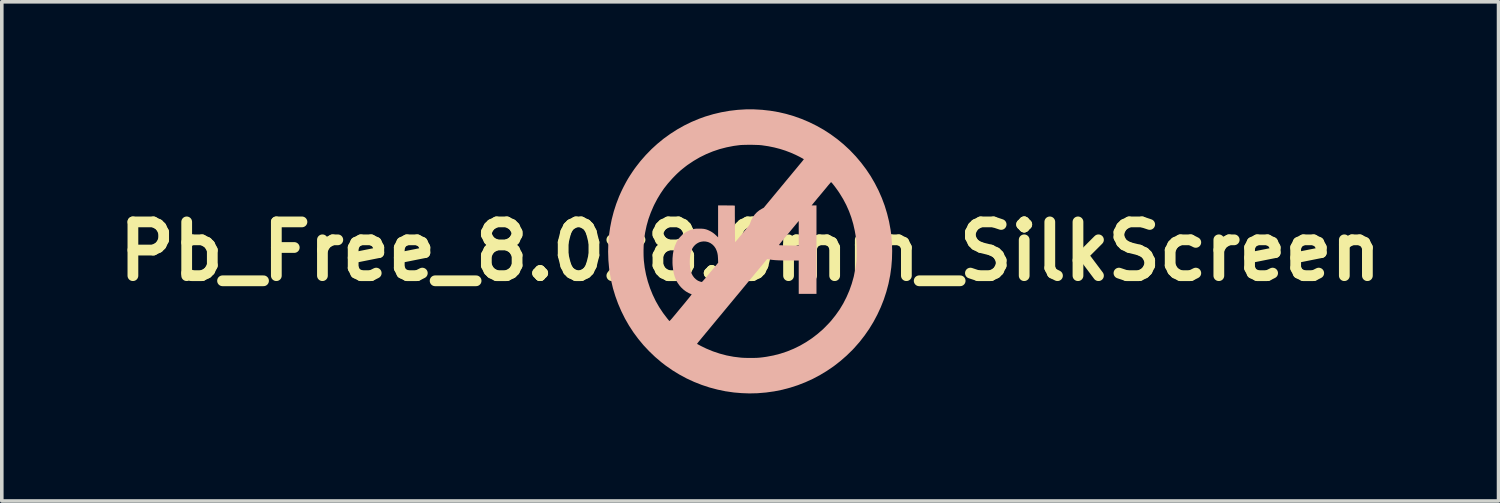
<source format=kicad_pcb>
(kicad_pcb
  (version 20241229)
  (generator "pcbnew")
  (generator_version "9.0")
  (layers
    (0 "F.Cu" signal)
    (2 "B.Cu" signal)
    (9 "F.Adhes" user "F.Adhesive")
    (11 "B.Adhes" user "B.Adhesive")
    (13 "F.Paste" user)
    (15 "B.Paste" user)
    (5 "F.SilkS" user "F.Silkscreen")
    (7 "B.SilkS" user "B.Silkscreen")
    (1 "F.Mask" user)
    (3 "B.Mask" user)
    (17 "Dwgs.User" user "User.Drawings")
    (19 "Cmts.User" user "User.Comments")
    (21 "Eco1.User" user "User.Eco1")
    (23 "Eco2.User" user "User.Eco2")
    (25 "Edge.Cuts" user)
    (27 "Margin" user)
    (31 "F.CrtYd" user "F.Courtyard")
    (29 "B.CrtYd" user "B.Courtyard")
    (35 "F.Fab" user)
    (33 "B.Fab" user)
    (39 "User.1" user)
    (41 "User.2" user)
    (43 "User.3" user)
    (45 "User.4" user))
  (footprint "Pb_Free_8.0x8.0mm_SilkScreen"
    (layer "F.Cu")
    (at 17.138 3.96)
    (property "Reference" "Pb_Free_8.0x8.0mm_SilkScreen" (at 0.733 0 0) (layer "F.SilkS") (effects (font (size 1.5 1.5) (thickness 0.3))))
    (attr board_only exclude_from_pos_files exclude_from_bom)
    (fp_poly (pts (xy 0.612 -3.96) (xy 0.382 -3.946) (xy 0.154 -3.919) (xy -0.072 -3.879) (xy -0.296 -3.826) (xy -0.518 -3.76) (xy -0.693 -3.697) (xy -0.901 -3.61) (xy -1.104 -3.511) (xy -1.301 -3.4) (xy -1.493 -3.277) (xy -1.678 -3.144) (xy -1.855 -2.999) (xy -2.014 -2.854) (xy -2.176 -2.688) (xy -2.327 -2.516) (xy -2.437 -2.375) (xy -2.468 -2.334) (xy -2.495 -2.297) (xy -2.52 -2.261) (xy -2.545 -2.225) (xy -2.572 -2.184) (xy -2.603 -2.137) (xy -2.638 -2.083) (xy -2.672 -2.028) (xy -2.71 -1.962) (xy -2.75 -1.889) (xy -2.791 -1.811) (xy -2.831 -1.731) (xy -2.869 -1.651) (xy -2.903 -1.575) (xy -2.921 -1.535) (xy -3.002 -1.324) (xy -3.071 -1.109) (xy -3.128 -0.89) (xy -3.172 -0.667) (xy -3.204 -0.442) (xy -3.223 -0.215) (xy -3.228 0.012) (xy -3.221 0.24) (xy -3.201 0.467) (xy -3.186 0.579) (xy -3.146 0.806) (xy -3.093 1.03) (xy -3.027 1.248) (xy -2.949 1.462) (xy -2.859 1.671) (xy -2.758 1.874) (xy -2.645 2.071) (xy -2.521 2.261) (xy -2.386 2.443) (xy -2.24 2.619) (xy -2.084 2.785) (xy -1.918 2.944) (xy -1.743 3.093) (xy -1.625 3.184) (xy -1.436 3.316) (xy -1.24 3.436) (xy -1.038 3.545) (xy -0.83 3.641) (xy -0.617 3.725) (xy -0.399 3.797) (xy -0.176 3.856) (xy 0.049 3.903) (xy 0.066 3.905) (xy 0.279 3.936) (xy 0.496 3.954) (xy 0.713 3.962) (xy 0.928 3.957) (xy 0.945 3.956) (xy 1.175 3.937) (xy 1.403 3.905) (xy 1.628 3.86) (xy 1.849 3.802) (xy 2.065 3.732) (xy 2.277 3.649) (xy 2.483 3.555) (xy 2.684 3.448) (xy 2.879 3.33) (xy 3.068 3.201) (xy 3.249 3.06) (xy 3.422 2.909) (xy 3.588 2.747) (xy 3.632 2.7) (xy 3.784 2.528) (xy 3.924 2.348) (xy 4.054 2.161) (xy 4.173 1.966) (xy 4.28 1.765) (xy 4.376 1.558) (xy 4.46 1.346) (xy 4.531 1.129) (xy 4.59 0.908) (xy 4.635 0.684) (xy 4.639 0.665) (xy 4.67 0.441) (xy 4.688 0.215) (xy 4.693 0.02) (xy 3.704 0.02) (xy 3.704 0.088) (xy 3.703 0.153) (xy 3.701 0.211) (xy 3.699 0.261) (xy 3.695 0.3) (xy 3.695 0.301) (xy 3.664 0.51) (xy 3.621 0.711) (xy 3.566 0.906) (xy 3.499 1.095) (xy 3.42 1.277) (xy 3.33 1.453) (xy 3.229 1.621) (xy 3.115 1.782) (xy 2.991 1.937) (xy 2.915 2.02) (xy 2.772 2.165) (xy 2.62 2.298) (xy 2.462 2.42) (xy 2.297 2.53) (xy 2.126 2.629) (xy 1.948 2.716) (xy 1.765 2.791) (xy 1.578 2.853) (xy 1.385 2.903) (xy 1.189 2.94) (xy 1.091 2.954) (xy 1.048 2.959) (xy 1.011 2.963) (xy 0.98 2.966) (xy 0.95 2.968) (xy 0.92 2.97) (xy 0.886 2.971) (xy 0.847 2.972) (xy 0.798 2.973) (xy 0.747 2.973) (xy 0.677 2.973) (xy 0.608 2.971) (xy 0.542 2.969) (xy 0.484 2.965) (xy 0.472 2.964) (xy 0.273 2.94) (xy 0.077 2.903) (xy -0.115 2.852) (xy -0.304 2.789) (xy -0.49 2.712) (xy -0.636 2.641) (xy -0.67 2.623) (xy -0.7 2.607) (xy -0.724 2.594) (xy -0.74 2.586) (xy -0.746 2.582) (xy -0.746 2.581) (xy -0.746 2.579) (xy -0.745 2.575) (xy -0.741 2.569) (xy -0.734 2.559) (xy -0.723 2.546) (xy -0.709 2.527) (xy -0.69 2.504) (xy -0.665 2.474) (xy -0.635 2.437) (xy -0.598 2.392) (xy -0.554 2.339) (xy -0.502 2.276) (xy -0.477 2.247) (xy -0.403 2.157) (xy -0.337 2.077) (xy -0.279 2.007) (xy -0.228 1.946) (xy -0.184 1.892) (xy -0.146 1.847) (xy -0.114 1.808) (xy -0.087 1.776) (xy -0.065 1.75) (xy -0.048 1.729) (xy -0.035 1.713) (xy -0.025 1.701) (xy -0.02 1.695) (xy -0.007 1.679) (xy 0.012 1.656) (xy 0.036 1.627) (xy 0.062 1.596) (xy 0.081 1.573) (xy 0.108 1.54) (xy 0.133 1.51) (xy 0.156 1.483) (xy 0.172 1.463) (xy 0.18 1.453) (xy 0.191 1.44) (xy 0.209 1.419) (xy 0.232 1.391) (xy 0.259 1.358) (xy 0.29 1.321) (xy 0.31 1.297) (xy 0.34 1.26) (xy 0.377 1.216) (xy 0.419 1.166) (xy 0.464 1.112) (xy 0.51 1.056) (xy 0.555 1.001) (xy 0.591 0.958) (xy 0.634 0.906) (xy 0.684 0.845) (xy 0.739 0.78) (xy 0.796 0.711) (xy 0.853 0.642) (xy 0.908 0.576) (xy 0.959 0.515) (xy 0.968 0.503) (xy 1.01 0.453) (xy 1.05 0.405) (xy 1.068 0.383) (xy -0.161 0.383) (xy -0.165 0.386) (xy -0.168 0.383) (xy -0.165 0.379) (xy -0.161 0.383) (xy 1.068 0.383) (xy 1.087 0.36) (xy 1.119 0.321) (xy 1.123 0.317) (xy -0.159 0.317) (xy -0.186 0.35) (xy -0.198 0.364) (xy -0.217 0.388) (xy -0.241 0.417) (xy -0.269 0.451) (xy -0.3 0.488) (xy -0.316 0.508) (xy -0.353 0.552) (xy -0.394 0.601) (xy -0.435 0.651) (xy -0.475 0.698) (xy -0.509 0.739) (xy -0.512 0.744) (xy -0.541 0.777) (xy -0.566 0.806) (xy -0.588 0.83) (xy -0.604 0.846) (xy -0.614 0.853) (xy -0.615 0.854) (xy -0.628 0.852) (xy -0.648 0.847) (xy -0.663 0.843) (xy -0.723 0.819) (xy -0.777 0.782) (xy -0.826 0.736) (xy -0.867 0.681) (xy -0.9 0.618) (xy -0.91 0.591) (xy -0.929 0.52) (xy -0.942 0.442) (xy -0.949 0.358) (xy -0.95 0.273) (xy -0.946 0.188) (xy -0.935 0.106) (xy -0.919 0.029) (xy -0.897 -0.039) (xy -0.882 -0.075) (xy -0.847 -0.13) (xy -0.803 -0.179) (xy -0.75 -0.22) (xy -0.692 -0.251) (xy -0.642 -0.267) (xy -0.572 -0.277) (xy -0.504 -0.274) (xy -0.439 -0.259) (xy -0.378 -0.232) (xy -0.323 -0.194) (xy -0.274 -0.146) (xy -0.234 -0.089) (xy -0.223 -0.068) (xy -0.203 -0.022) (xy -0.188 0.021) (xy -0.177 0.066) (xy -0.169 0.115) (xy -0.165 0.173) (xy -0.163 0.207) (xy -0.159 0.317) (xy 1.123 0.317) (xy 1.147 0.287) (xy 1.169 0.261) (xy 1.184 0.242) (xy 1.191 0.234) (xy 1.203 0.22) (xy 1.213 0.215) (xy 1.226 0.216) (xy 1.23 0.217) (xy 1.269 0.226) (xy 1.32 0.234) (xy 1.384 0.241) (xy 1.459 0.247) (xy 1.544 0.251) (xy 1.638 0.254) (xy 1.741 0.257) (xy 1.851 0.257) (xy 1.859 0.257) (xy 2.088 0.257) (xy 2.088 0.722) (xy 2.088 1.186) (xy 2.335 1.186) (xy 2.583 1.186) (xy 2.583 -0.047) (xy 2.583 -0.505) (xy 2.088 -0.505) (xy 2.088 -0.161) (xy 1.825 -0.164) (xy 1.767 -0.165) (xy 1.712 -0.166) (xy 1.662 -0.167) (xy 1.619 -0.169) (xy 1.585 -0.17) (xy 1.561 -0.171) (xy 1.549 -0.172) (xy 1.548 -0.173) (xy 1.544 -0.174) (xy 1.541 -0.175) (xy 1.539 -0.177) (xy 1.54 -0.181) (xy 1.544 -0.188) (xy 1.552 -0.199) (xy 1.564 -0.215) (xy 1.582 -0.237) (xy 1.605 -0.265) (xy 1.635 -0.302) (xy 1.673 -0.347) (xy 1.702 -0.383) (xy 1.736 -0.423) (xy 1.775 -0.471) (xy 1.819 -0.523) (xy 1.863 -0.577) (xy 1.907 -0.63) (xy 1.948 -0.679) (xy 1.949 -0.68) (xy 2.088 -0.848) (xy 2.088 -0.505) (xy 2.583 -0.505) (xy 2.583 -1.281) (xy 2.515 -1.281) (xy 2.447 -1.281) (xy 2.479 -1.319) (xy 2.491 -1.334) (xy 2.51 -1.358) (xy 2.536 -1.389) (xy 2.566 -1.425) (xy 2.599 -1.466) (xy 2.635 -1.509) (xy 2.657 -1.534) (xy 2.697 -1.583) (xy 2.739 -1.633) (xy 2.781 -1.684) (xy 2.821 -1.732) (xy 2.857 -1.775) (xy 2.886 -1.811) (xy 2.893 -1.819) (xy 2.92 -1.852) (xy 2.945 -1.88) (xy 2.965 -1.904) (xy 2.98 -1.921) (xy 2.988 -1.929) (xy 2.989 -1.93) (xy 2.996 -1.926) (xy 3.01 -1.912) (xy 3.03 -1.89) (xy 3.053 -1.861) (xy 3.081 -1.826) (xy 3.11 -1.787) (xy 3.14 -1.746) (xy 3.171 -1.703) (xy 3.201 -1.66) (xy 3.228 -1.619) (xy 3.327 -1.457) (xy 3.414 -1.292) (xy 3.49 -1.121) (xy 3.554 -0.946) (xy 3.608 -0.764) (xy 3.651 -0.574) (xy 3.685 -0.377) (xy 3.691 -0.329) (xy 3.695 -0.29) (xy 3.698 -0.24) (xy 3.701 -0.182) (xy 3.703 -0.117) (xy 3.704 -0.049) (xy 3.704 0.02) (xy 4.693 0.02) (xy 4.694 -0.012) (xy 4.687 -0.239) (xy 4.668 -0.463) (xy 4.649 -0.604) (xy 4.607 -0.832) (xy 4.552 -1.055) (xy 4.485 -1.275) (xy 4.405 -1.489) (xy 4.313 -1.698) (xy 4.209 -1.901) (xy 4.094 -2.099) (xy 3.967 -2.289) (xy 3.828 -2.473) (xy 3.747 -2.569) (xy 2.23 -2.569) (xy 2.226 -2.562) (xy 2.214 -2.547) (xy 2.196 -2.524) (xy 2.172 -2.494) (xy 2.143 -2.459) (xy 2.11 -2.42) (xy 2.086 -2.391) (xy 2.045 -2.341) (xy 1.997 -2.283) (xy 1.946 -2.222) (xy 1.894 -2.159) (xy 1.843 -2.097) (xy 1.796 -2.041) (xy 1.783 -2.025) (xy 1.742 -1.976) (xy 1.699 -1.924) (xy 1.657 -1.872) (xy 1.616 -1.824) (xy 1.58 -1.78) (xy 1.549 -1.742) (xy 1.534 -1.724) (xy 1.505 -1.69) (xy 1.478 -1.657) (xy 1.454 -1.628) (xy 1.435 -1.605) (xy 1.423 -1.59) (xy 1.421 -1.589) (xy 1.411 -1.577) (xy 1.394 -1.556) (xy 1.371 -1.528) (xy 1.343 -1.494) (xy 1.311 -1.455) (xy 1.276 -1.414) (xy 1.26 -1.394) (xy 1.226 -1.353) (xy 1.195 -1.316) (xy 1.168 -1.283) (xy 1.145 -1.256) (xy 1.129 -1.235) (xy 1.12 -1.224) (xy 1.118 -1.221) (xy 1.111 -1.216) (xy 1.095 -1.207) (xy 1.074 -1.195) (xy 1.069 -1.193) (xy 0.991 -1.146) (xy 0.92 -1.089) (xy 0.858 -1.023) (xy 0.805 -0.948) (xy 0.762 -0.866) (xy 0.733 -0.789) (xy 0.728 -0.772) (xy 0.722 -0.757) (xy 0.713 -0.741) (xy 0.701 -0.723) (xy 0.685 -0.701) (xy 0.662 -0.673) (xy 0.632 -0.637) (xy 0.623 -0.625) (xy 0.588 -0.583) (xy 0.547 -0.535) (xy 0.505 -0.483) (xy 0.463 -0.433) (xy 0.425 -0.387) (xy 0.422 -0.384) (xy 0.393 -0.348) (xy 0.366 -0.317) (xy 0.344 -0.291) (xy 0.327 -0.271) (xy 0.317 -0.26) (xy 0.314 -0.257) (xy 0.313 -0.264) (xy 0.313 -0.283) (xy 0.312 -0.313) (xy 0.312 -0.352) (xy 0.311 -0.4) (xy 0.31 -0.456) (xy 0.31 -0.517) (xy 0.309 -0.582) (xy 0.309 -0.652) (xy 0.308 -0.723) (xy 0.307 -0.795) (xy 0.307 -0.867) (xy 0.307 -0.936) (xy 0.306 -1.003) (xy 0.306 -1.066) (xy 0.306 -1.123) (xy 0.306 -1.173) (xy 0.306 -1.216) (xy 0.306 -1.248) (xy 0.306 -1.271) (xy 0.306 -1.272) (xy 0.303 -1.274) (xy 0.294 -1.276) (xy 0.277 -1.278) (xy 0.252 -1.279) (xy 0.218 -1.28) (xy 0.172 -1.28) (xy 0.115 -1.28) (xy 0.072 -1.281) (xy -0.161 -1.281) (xy -0.161 -0.836) (xy -0.161 -0.391) (xy -0.21 -0.438) (xy -0.256 -0.48) (xy -0.299 -0.514) (xy -0.343 -0.543) (xy -0.391 -0.57) (xy -0.395 -0.571) (xy -0.441 -0.593) (xy -0.483 -0.609) (xy -0.524 -0.62) (xy -0.568 -0.628) (xy -0.618 -0.632) (xy -0.678 -0.633) (xy -0.69 -0.633) (xy -0.735 -0.632) (xy -0.77 -0.632) (xy -0.798 -0.63) (xy -0.821 -0.627) (xy -0.844 -0.622) (xy -0.869 -0.616) (xy -0.874 -0.615) (xy -0.962 -0.585) (xy -1.043 -0.546) (xy -1.119 -0.495) (xy -1.189 -0.433) (xy -1.237 -0.381) (xy -1.277 -0.33) (xy -1.312 -0.273) (xy -1.328 -0.241) (xy -1.369 -0.144) (xy -1.4 -0.039) (xy -1.421 0.075) (xy -1.432 0.195) (xy -1.433 0.321) (xy -1.43 0.385) (xy -1.417 0.503) (xy -1.398 0.61) (xy -1.37 0.708) (xy -1.335 0.796) (xy -1.291 0.877) (xy -1.239 0.951) (xy -1.192 1.005) (xy -1.124 1.069) (xy -1.056 1.12) (xy -0.985 1.161) (xy -0.944 1.179) (xy -0.922 1.188) (xy -0.905 1.195) (xy -0.898 1.199) (xy -0.901 1.205) (xy -0.912 1.22) (xy -0.93 1.243) (xy -0.953 1.273) (xy -0.982 1.309) (xy -1.015 1.349) (xy -1.051 1.393) (xy -1.053 1.396) (xy -1.098 1.451) (xy -1.149 1.512) (xy -1.202 1.576) (xy -1.256 1.64) (xy -1.306 1.701) (xy -1.351 1.756) (xy -1.363 1.77) (xy -1.406 1.821) (xy -1.44 1.862) (xy -1.468 1.894) (xy -1.489 1.917) (xy -1.505 1.933) (xy -1.515 1.941) (xy -1.52 1.943) (xy -1.52 1.942) (xy -1.528 1.934) (xy -1.541 1.918) (xy -1.559 1.896) (xy -1.575 1.877) (xy -1.694 1.721) (xy -1.803 1.557) (xy -1.9 1.387) (xy -1.985 1.21) (xy -2.059 1.027) (xy -2.121 0.84) (xy -2.171 0.648) (xy -2.208 0.453) (xy -2.232 0.254) (xy -2.232 0.251) (xy -2.236 0.189) (xy -2.239 0.118) (xy -2.24 0.041) (xy -2.24 -0.039) (xy -2.238 -0.119) (xy -2.235 -0.195) (xy -2.231 -0.265) (xy -2.226 -0.324) (xy -2.225 -0.332) (xy -2.195 -0.528) (xy -2.155 -0.716) (xy -2.104 -0.898) (xy -2.04 -1.076) (xy -1.965 -1.251) (xy -1.94 -1.304) (xy -1.856 -1.464) (xy -1.766 -1.613) (xy -1.67 -1.754) (xy -1.564 -1.889) (xy -1.447 -2.021) (xy -1.427 -2.043) (xy -1.387 -2.084) (xy -1.352 -2.12) (xy -1.318 -2.154) (xy -1.282 -2.188) (xy -1.241 -2.225) (xy -1.204 -2.259) (xy -1.186 -2.273) (xy -1.161 -2.294) (xy -1.131 -2.318) (xy -1.098 -2.344) (xy -1.065 -2.37) (xy -1.035 -2.393) (xy -1.012 -2.41) (xy -0.843 -2.523) (xy -0.67 -2.624) (xy -0.491 -2.712) (xy -0.306 -2.788) (xy -0.116 -2.852) (xy 0.078 -2.902) (xy 0.278 -2.941) (xy 0.438 -2.962) (xy 0.48 -2.966) (xy 0.532 -2.968) (xy 0.593 -2.97) (xy 0.659 -2.971) (xy 0.728 -2.971) (xy 0.798 -2.971) (xy 0.866 -2.969) (xy 0.93 -2.967) (xy 0.987 -2.965) (xy 1.034 -2.961) (xy 1.062 -2.958) (xy 1.237 -2.932) (xy 1.404 -2.898) (xy 1.563 -2.857) (xy 1.717 -2.808) (xy 1.869 -2.75) (xy 2 -2.692) (xy 2.035 -2.675) (xy 2.071 -2.657) (xy 2.109 -2.638) (xy 2.144 -2.619) (xy 2.176 -2.602) (xy 2.202 -2.587) (xy 2.221 -2.576) (xy 2.23 -2.569) (xy 2.23 -2.569) (xy 3.747 -2.569) (xy 3.679 -2.649) (xy 3.519 -2.817) (xy 3.505 -2.831) (xy 3.336 -2.987) (xy 3.16 -3.132) (xy 2.975 -3.267) (xy 2.783 -3.391) (xy 2.584 -3.503) (xy 2.379 -3.604) (xy 2.169 -3.693) (xy 1.954 -3.77) (xy 1.735 -3.834) (xy 1.528 -3.882) (xy 1.3 -3.921) (xy 1.071 -3.947) (xy 0.842 -3.96)) (stroke (width 0) (type solid)) (fill yes) (layer "B.SilkS")))
  (gr_rect
    (start -3 -3)
    (end 38.743 10.922)
    (stroke (width 0.1) (type default))
    (fill no)
    (layer "Edge.Cuts")))
</source>
